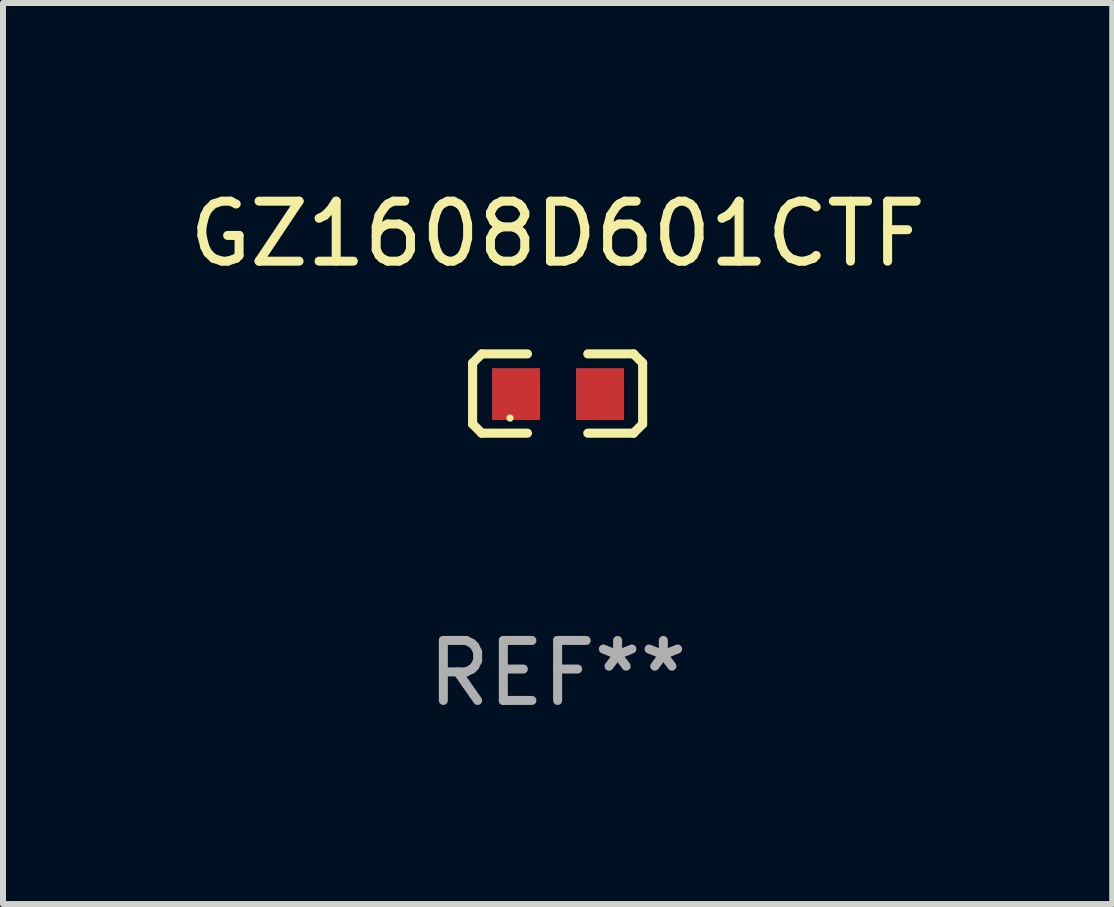
<source format=kicad_pcb>
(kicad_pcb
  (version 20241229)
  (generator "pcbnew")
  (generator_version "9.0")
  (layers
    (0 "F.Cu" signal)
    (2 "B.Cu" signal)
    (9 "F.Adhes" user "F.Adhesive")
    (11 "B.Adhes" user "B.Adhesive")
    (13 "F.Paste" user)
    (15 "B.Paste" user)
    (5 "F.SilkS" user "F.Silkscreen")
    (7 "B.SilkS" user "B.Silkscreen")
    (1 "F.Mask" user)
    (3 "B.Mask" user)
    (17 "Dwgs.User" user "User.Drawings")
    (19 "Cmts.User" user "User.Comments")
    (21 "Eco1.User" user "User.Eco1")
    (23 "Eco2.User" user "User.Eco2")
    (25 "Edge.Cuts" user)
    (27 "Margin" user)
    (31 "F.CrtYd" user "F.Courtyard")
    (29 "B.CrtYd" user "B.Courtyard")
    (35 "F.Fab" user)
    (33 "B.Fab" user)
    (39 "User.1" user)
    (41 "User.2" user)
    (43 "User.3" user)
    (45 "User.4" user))
  (footprint "GZ1608D601CTF"
    (layer "F.Cu")
    (at 6.244 3.509)
    (property "Reference" "GZ1608D601CTF" (at 0 -2.661 0) (layer "F.SilkS") (effects (font (size 1 1) (thickness 0.15))))
    (attr through_hole)
    (fp_line (start -1.417 -0.508) (end -1.265 -0.661) (stroke (width 0.152) (type solid)) (layer "F.SilkS"))
    (fp_line (start -1.417 0.508) (end -1.417 -0.508) (stroke (width 0.152) (type solid)) (layer "F.SilkS"))
    (fp_line (start -1.265 -0.661) (end -0.503 -0.661) (stroke (width 0.152) (type solid)) (layer "F.SilkS"))
    (fp_line (start -1.265 0.661) (end -1.417 0.508) (stroke (width 0.152) (type solid)) (layer "F.SilkS"))
    (fp_line (start -1.265 0.661) (end -0.503 0.661) (stroke (width 0.152) (type solid)) (layer "F.SilkS"))
    (fp_line (start 1.265 -0.661) (end 0.503 -0.661) (stroke (width 0.152) (type solid)) (layer "F.SilkS"))
    (fp_line (start 1.265 -0.661) (end 1.417 -0.508) (stroke (width 0.152) (type solid)) (layer "F.SilkS"))
    (fp_line (start 1.265 0.661) (end 0.503 0.661) (stroke (width 0.152) (type solid)) (layer "F.SilkS"))
    (fp_line (start 1.417 -0.508) (end 1.417 0.508) (stroke (width 0.152) (type solid)) (layer "F.SilkS"))
    (fp_line (start 1.417 0.508) (end 1.265 0.661) (stroke (width 0.152) (type solid)) (layer "F.SilkS"))
    (fp_circle (center -0.793 0.409) (end -0.763 0.409) (stroke (width 0.06) (type solid)) (fill no) (layer "F.SilkS"))
    (fp_text user "REF**" (at 0 4.661 0) (layer "F.Fab") (effects (font (size 1 1) (thickness 0.15))))
    (pad "1" smd rect (at -0.693 0.009 180) (size 0.8 0.864) (layers "F.Cu" "F.Mask" "F.Paste"))
    (pad "2" smd rect (at 0.707 0.009 180) (size 0.8 0.864) (layers "F.Cu" "F.Mask" "F.Paste")))
  (gr_rect
    (start -3 -3)
    (end 15.488 12.018)
    (stroke (width 0.1) (type default))
    (fill no)
    (layer "Edge.Cuts")))
</source>
